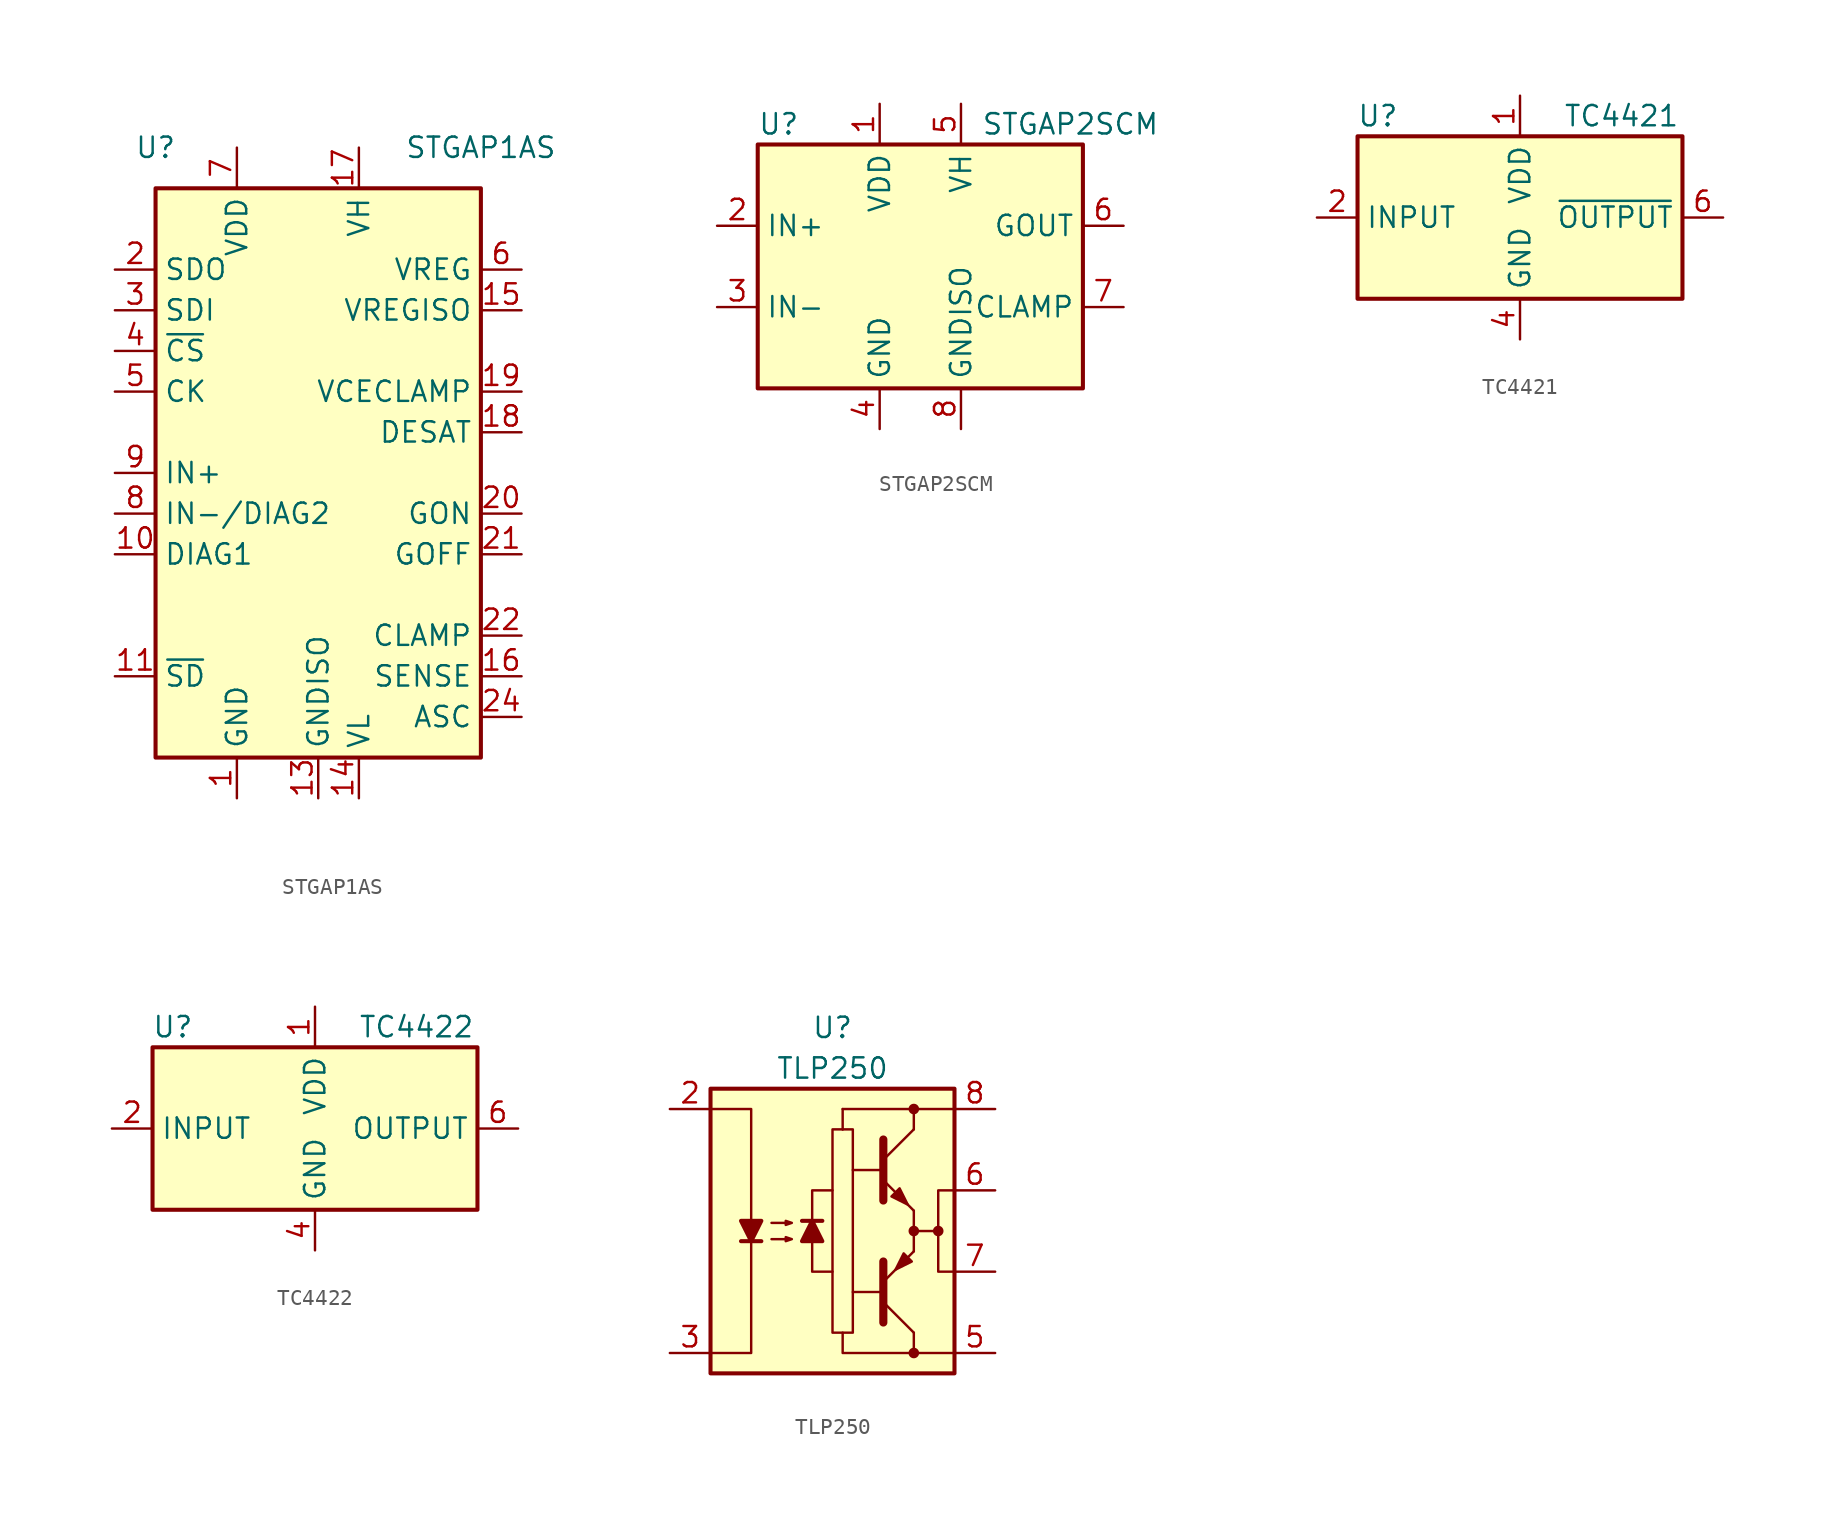
<source format=kicad_sym>
(kicad_symbol_lib
  (version 20241209)
  (generator "kicad_symbol_editor")
  (generator_version "9.0")
  (symbol "STGAP1AS"
    (property "Reference" "U"
      (at -10.16 20.32 0)
      (effects (font (size 1.27 1.27))))
    (property "Value" "STGAP1AS"
      (at 10.16 20.32 0)
      (effects (font (size 1.27 1.27))))
    (symbol "STGAP1AS_0_1"
      (rectangle (start -10.16 -17.78) (end 10.16 17.78) (stroke (width 0.254) (type default)) (fill (type background))))
    (symbol "STGAP1AS_1_1"
      (pin output line (at -12.7 12.7 0) (length 2.54) (name "SDO" (effects (font (size 1.27 1.27)))) (number "2" (effects (font (size 1.27 1.27)))))
      (pin input line (at -12.7 10.16 0) (length 2.54) (name "SDI" (effects (font (size 1.27 1.27)))) (number "3" (effects (font (size 1.27 1.27)))))
      (pin input line (at -12.7 7.62 0) (length 2.54) (name "~{CS}" (effects (font (size 1.27 1.27)))) (number "4" (effects (font (size 1.27 1.27)))))
      (pin input line (at -12.7 5.08 0) (length 2.54) (name "CK" (effects (font (size 1.27 1.27)))) (number "5" (effects (font (size 1.27 1.27)))))
      (pin input line (at -12.7 0 0) (length 2.54) (name "IN+" (effects (font (size 1.27 1.27)))) (number "9" (effects (font (size 1.27 1.27)))))
      (pin bidirectional line (at -12.7 -2.54 0) (length 2.54) (name "IN-/DIAG2" (effects (font (size 1.27 1.27)))) (number "8" (effects (font (size 1.27 1.27)))))
      (pin open_collector line (at -12.7 -5.08 0) (length 2.54) (name "DIAG1" (effects (font (size 1.27 1.27)))) (number "10" (effects (font (size 1.27 1.27)))))
      (pin input line (at -12.7 -12.7 0) (length 2.54) (name "~{SD}" (effects (font (size 1.27 1.27)))) (number "11" (effects (font (size 1.27 1.27)))))
      (pin power_in line (at -5.08 20.32 270) (length 2.54) (name "VDD" (effects (font (size 1.27 1.27)))) (number "7" (effects (font (size 1.27 1.27)))))
      (pin power_in line (at -5.08 -20.32 90) (length 2.54) (name "GND" (effects (font (size 1.27 1.27)))) (number "1" (effects (font (size 1.27 1.27)))))
      (pin passive line (at -5.08 -20.32 90) (length 2.54) (hide yes) (name "GND" (effects (font (size 1.27 1.27)))) (number "12" (effects (font (size 1.27 1.27)))))
      (pin power_in line (at 0 -20.32 90) (length 2.54) (name "GNDISO" (effects (font (size 1.27 1.27)))) (number "13" (effects (font (size 1.27 1.27)))))
      (pin power_in line (at 2.54 20.32 270) (length 2.54) (name "VH" (effects (font (size 1.27 1.27)))) (number "17" (effects (font (size 1.27 1.27)))))
      (pin power_in line (at 2.54 -20.32 90) (length 2.54) (name "VL" (effects (font (size 1.27 1.27)))) (number "14" (effects (font (size 1.27 1.27)))))
      (pin passive line (at 2.54 -20.32 90) (length 2.54) (hide yes) (name "VL" (effects (font (size 1.27 1.27)))) (number "23" (effects (font (size 1.27 1.27)))))
      (pin power_out line (at 12.7 12.7 180) (length 2.54) (name "VREG" (effects (font (size 1.27 1.27)))) (number "6" (effects (font (size 1.27 1.27)))))
      (pin power_out line (at 12.7 10.16 180) (length 2.54) (name "VREGISO" (effects (font (size 1.27 1.27)))) (number "15" (effects (font (size 1.27 1.27)))))
      (pin input line (at 12.7 5.08 180) (length 2.54) (name "VCECLAMP" (effects (font (size 1.27 1.27)))) (number "19" (effects (font (size 1.27 1.27)))))
      (pin passive line (at 12.7 2.54 180) (length 2.54) (name "DESAT" (effects (font (size 1.27 1.27)))) (number "18" (effects (font (size 1.27 1.27)))))
      (pin output line (at 12.7 -2.54 180) (length 2.54) (name "GON" (effects (font (size 1.27 1.27)))) (number "20" (effects (font (size 1.27 1.27)))))
      (pin output line (at 12.7 -5.08 180) (length 2.54) (name "GOFF" (effects (font (size 1.27 1.27)))) (number "21" (effects (font (size 1.27 1.27)))))
      (pin output line (at 12.7 -10.16 180) (length 2.54) (name "CLAMP" (effects (font (size 1.27 1.27)))) (number "22" (effects (font (size 1.27 1.27)))))
      (pin input line (at 12.7 -12.7 180) (length 2.54) (name "SENSE" (effects (font (size 1.27 1.27)))) (number "16" (effects (font (size 1.27 1.27)))))
      (pin input line (at 12.7 -15.24 180) (length 2.54) (name "ASC" (effects (font (size 1.27 1.27)))) (number "24" (effects (font (size 1.27 1.27)))))))
  (symbol "STGAP2SCM"
    (property "Reference" "U"
      (at -10.16 8.89 0)
      (effects (font (size 1.27 1.27)) (justify left)))
    (property "Value" "STGAP2SCM"
      (at 3.81 8.89 0)
      (effects (font (size 1.27 1.27)) (justify left)))
    (symbol "STGAP2SCM_0_1"
      (rectangle (start -10.16 -7.62) (end 10.16 7.62) (stroke (width 0.254) (type default)) (fill (type background))))
    (symbol "STGAP2SCM_1_1"
      (pin input line (at -12.7 2.54 0) (length 2.54) (name "IN+" (effects (font (size 1.27 1.27)))) (number "2" (effects (font (size 1.27 1.27)))))
      (pin input line (at -12.7 -2.54 0) (length 2.54) (name "IN-" (effects (font (size 1.27 1.27)))) (number "3" (effects (font (size 1.27 1.27)))))
      (pin power_in line (at -2.54 10.16 270) (length 2.54) (name "VDD" (effects (font (size 1.27 1.27)))) (number "1" (effects (font (size 1.27 1.27)))))
      (pin power_in line (at -2.54 -10.16 90) (length 2.54) (name "GND" (effects (font (size 1.27 1.27)))) (number "4" (effects (font (size 1.27 1.27)))))
      (pin power_in line (at 2.54 10.16 270) (length 2.54) (name "VH" (effects (font (size 1.27 1.27)))) (number "5" (effects (font (size 1.27 1.27)))))
      (pin power_in line (at 2.54 -10.16 90) (length 2.54) (name "GNDISO" (effects (font (size 1.27 1.27)))) (number "8" (effects (font (size 1.27 1.27)))))
      (pin output line (at 12.7 2.54 180) (length 2.54) (name "GOUT" (effects (font (size 1.27 1.27)))) (number "6" (effects (font (size 1.27 1.27)))))
      (pin output line (at 12.7 -2.54 180) (length 2.54) (name "CLAMP" (effects (font (size 1.27 1.27)))) (number "7" (effects (font (size 1.27 1.27)))))))
  (symbol "TC4421"
    (property "Reference" "U"
      (at -8.89 6.35 0)
      (effects (font (size 1.27 1.27))))
    (property "Value" "TC4421"
      (at 6.35 6.35 0)
      (effects (font (size 1.27 1.27))))
    (symbol "TC4421_0_1"
      (rectangle (start -10.16 5.08) (end 10.16 -5.08) (stroke (width 0.254) (type default)) (fill (type background))))
    (symbol "TC4421_1_1"
      (pin input line (at -12.7 0 0) (length 2.54) (name "INPUT" (effects (font (size 1.27 1.27)))) (number "2" (effects (font (size 1.27 1.27)))))
      (pin no_connect line (at -5.08 -5.08 90) (length 2.54) (hide yes) (name "NC" (effects (font (size 1.27 1.27)))) (number "3" (effects (font (size 1.27 1.27)))))
      (pin power_in line (at 0 7.62 270) (length 2.54) (name "VDD" (effects (font (size 1.27 1.27)))) (number "1" (effects (font (size 1.27 1.27)))))
      (pin passive line (at 0 7.62 270) (length 2.54) (hide yes) (name "VDD" (effects (font (size 1.27 1.27)))) (number "8" (effects (font (size 1.27 1.27)))))
      (pin power_in line (at 0 -7.62 90) (length 2.54) (name "GND" (effects (font (size 1.27 1.27)))) (number "4" (effects (font (size 1.27 1.27)))))
      (pin passive line (at 0 -7.62 90) (length 2.54) (hide yes) (name "GND" (effects (font (size 1.27 1.27)))) (number "5" (effects (font (size 1.27 1.27)))))
      (pin output line (at 12.7 0 180) (length 2.54) (name "~{OUTPUT}" (effects (font (size 1.27 1.27)))) (number "6" (effects (font (size 1.27 1.27)))))
      (pin passive line (at 12.7 0 180) (length 2.54) (hide yes) (name "~{OUTPUT}" (effects (font (size 1.27 1.27)))) (number "7" (effects (font (size 1.27 1.27)))))))
  (symbol "TC4422"
    (property "Reference" "U"
      (at -8.89 6.35 0)
      (effects (font (size 1.27 1.27))))
    (property "Value" "TC4422"
      (at 6.35 6.35 0)
      (effects (font (size 1.27 1.27))))
    (symbol "TC4422_0_1"
      (rectangle (start -10.16 5.08) (end 10.16 -5.08) (stroke (width 0.254) (type default)) (fill (type background))))
    (symbol "TC4422_1_1"
      (pin input line (at -12.7 0 0) (length 2.54) (name "INPUT" (effects (font (size 1.27 1.27)))) (number "2" (effects (font (size 1.27 1.27)))))
      (pin no_connect line (at -5.08 -5.08 90) (length 2.54) (hide yes) (name "NC" (effects (font (size 1.27 1.27)))) (number "3" (effects (font (size 1.27 1.27)))))
      (pin power_in line (at 0 7.62 270) (length 2.54) (name "VDD" (effects (font (size 1.27 1.27)))) (number "1" (effects (font (size 1.27 1.27)))))
      (pin passive line (at 0 7.62 270) (length 2.54) (hide yes) (name "VDD" (effects (font (size 1.27 1.27)))) (number "8" (effects (font (size 1.27 1.27)))))
      (pin power_in line (at 0 -7.62 90) (length 2.54) (name "GND" (effects (font (size 1.27 1.27)))) (number "4" (effects (font (size 1.27 1.27)))))
      (pin passive line (at 0 -7.62 90) (length 2.54) (hide yes) (name "GND" (effects (font (size 1.27 1.27)))) (number "5" (effects (font (size 1.27 1.27)))))
      (pin output line (at 12.7 0 180) (length 2.54) (name "OUTPUT" (effects (font (size 1.27 1.27)))) (number "6" (effects (font (size 1.27 1.27)))))
      (pin passive line (at 12.7 0 180) (length 2.54) (hide yes) (name "OUTPUT" (effects (font (size 1.27 1.27)))) (number "7" (effects (font (size 1.27 1.27)))))))
  (symbol "TLP250"
    (pin_names
      (hide yes))
    (property "Reference" "U"
      (at 0 12.7 0)
      (effects (font (size 1.27 1.27))))
    (property "Value" "TLP250"
      (at 0 10.16 0)
      (effects (font (size 1.27 1.27))))
    (symbol "TLP250_0_1"
      (rectangle (start -7.62 8.89) (end 7.62 -8.89) (stroke (width 0.254) (type default)) (fill (type background)))
      (polyline (pts (xy -7.62 7.62) (xy -5.08 7.62) (xy -5.08 -7.62) (xy -7.62 -7.62)) (stroke (width 0) (type default)) (fill (type none)))
      (polyline (pts (xy -5.715 -0.635) (xy -4.445 -0.635)) (stroke (width 0.254) (type default)) (fill (type none)))
      (polyline (pts (xy -5.08 -0.635) (xy -5.715 0.635) (xy -4.445 0.635) (xy -5.08 -0.635)) (stroke (width 0.254) (type default)) (fill (type outline)))
      (polyline (pts (xy -3.81 0.508) (xy -2.54 0.508) (xy -2.921 0.381) (xy -2.921 0.635) (xy -2.54 0.508)) (stroke (width 0) (type default)) (fill (type none)))
      (polyline (pts (xy -3.81 -0.508) (xy -2.54 -0.508) (xy -2.921 -0.635) (xy -2.921 -0.381) (xy -2.54 -0.508)) (stroke (width 0) (type default)) (fill (type none)))
      (polyline (pts (xy -1.27 0.635) (xy -1.27 2.54) (xy 0 2.54)) (stroke (width 0) (type default)) (fill (type none)))
      (polyline (pts (xy -1.27 0.635) (xy -0.635 -0.635) (xy -1.905 -0.635) (xy -1.27 0.635)) (stroke (width 0.254) (type default)) (fill (type outline)))
      (polyline (pts (xy -1.27 -0.635) (xy -1.27 -2.54) (xy 0 -2.54)) (stroke (width 0) (type default)) (fill (type none)))
      (polyline (pts (xy -0.635 0.635) (xy -1.905 0.635)) (stroke (width 0.254) (type default)) (fill (type none)))
      (rectangle (start 0.635 6.35) (end 0.635 7.62) (stroke (width 0) (type default)) (fill (type none)))
      (rectangle (start 0.635 6.35) (end 0.635 6.35) (stroke (width 0) (type default)) (fill (type none)))
      (polyline (pts (xy 0.635 -6.35) (xy 0.635 -7.62) (xy 7.62 -7.62)) (stroke (width 0) (type default)) (fill (type none)))
      (polyline (pts (xy 1.27 6.35) (xy 1.27 -6.35) (xy 0 -6.35) (xy 0 6.35) (xy 1.27 6.35)) (stroke (width 0) (type default)) (fill (type none)))
      (polyline (pts (xy 3.048 3.81) (xy 1.27 3.81)) (stroke (width 0) (type default)) (fill (type none)))
      (polyline (pts (xy 3.048 -3.81) (xy 1.27 -3.81)) (stroke (width 0) (type default)) (fill (type none)))
      (polyline (pts (xy 3.175 5.715) (xy 3.175 1.905) (xy 3.175 1.905)) (stroke (width 0.508) (type default)) (fill (type none)))
      (polyline (pts (xy 3.175 4.445) (xy 5.08 6.35)) (stroke (width 0) (type default)) (fill (type none)))
      (polyline (pts (xy 3.175 -4.445) (xy 5.08 -6.35)) (stroke (width 0) (type default)) (fill (type none)))
      (polyline (pts (xy 3.175 -5.715) (xy 3.175 -1.905) (xy 3.175 -1.905)) (stroke (width 0.508) (type default)) (fill (type none)))
      (polyline (pts (xy 3.683 2.159) (xy 4.191 2.667) (xy 4.699 1.651) (xy 3.683 2.159) (xy 3.683 2.159)) (stroke (width 0) (type default)) (fill (type outline)))
      (polyline (pts (xy 4.953 -1.905) (xy 4.445 -1.397) (xy 3.937 -2.413) (xy 4.953 -1.905) (xy 4.953 -1.905)) (stroke (width 0) (type default)) (fill (type outline)))
      (circle (center 5.08 7.62) (radius 0.254) (stroke (width 0) (type default)) (fill (type outline)))
      (polyline (pts (xy 5.08 6.35) (xy 5.08 7.62)) (stroke (width 0) (type default)) (fill (type none)))
      (polyline (pts (xy 5.08 1.27) (xy 3.175 3.175)) (stroke (width 0) (type default)) (fill (type outline)))
      (rectangle (start 5.08 1.27) (end 5.08 -1.27) (stroke (width 0) (type default)) (fill (type none)))
      (polyline (pts (xy 5.08 0) (xy 6.604 0)) (stroke (width 0) (type default)) (fill (type none)))
      (circle (center 5.08 0) (radius 0.254) (stroke (width 0) (type default)) (fill (type outline)))
      (polyline (pts (xy 5.08 -1.27) (xy 3.175 -3.175)) (stroke (width 0) (type default)) (fill (type outline)))
      (polyline (pts (xy 5.08 -6.35) (xy 5.08 -7.62)) (stroke (width 0) (type default)) (fill (type none)))
      (circle (center 5.08 -7.62) (radius 0.254) (stroke (width 0) (type default)) (fill (type outline)))
      (circle (center 6.604 0) (radius 0.254) (stroke (width 0) (type default)) (fill (type outline)))
      (polyline (pts (xy 7.62 7.62) (xy 0.635 7.62)) (stroke (width 0) (type default)) (fill (type none)))
      (polyline (pts (xy 7.62 2.54) (xy 6.604 2.54) (xy 6.604 -2.54) (xy 7.62 -2.54)) (stroke (width 0) (type default)) (fill (type none))))
    (symbol "TLP250_1_1"
      (pin passive line (at -10.16 7.62 0) (length 2.54) (name "A" (effects (font (size 1.27 1.27)))) (number "2" (effects (font (size 1.27 1.27)))))
      (pin passive line (at -10.16 -7.62 0) (length 2.54) (name "C" (effects (font (size 1.27 1.27)))) (number "3" (effects (font (size 1.27 1.27)))))
      (pin no_connect line (at -7.62 2.54 0) (length 2.54) (hide yes) (name "NC" (effects (font (size 1.27 1.27)))) (number "1" (effects (font (size 1.27 1.27)))))
      (pin no_connect line (at -7.62 -2.54 0) (length 2.54) (hide yes) (name "NC" (effects (font (size 1.27 1.27)))) (number "4" (effects (font (size 1.27 1.27)))))
      (pin power_in line (at 10.16 7.62 180) (length 2.54) (name "VCC" (effects (font (size 1.27 1.27)))) (number "8" (effects (font (size 1.27 1.27)))))
      (pin output line (at 10.16 2.54 180) (length 2.54) (name "VO" (effects (font (size 1.27 1.27)))) (number "6" (effects (font (size 1.27 1.27)))))
      (pin output line (at 10.16 -2.54 180) (length 2.54) (name "VO" (effects (font (size 1.27 1.27)))) (number "7" (effects (font (size 1.27 1.27)))))
      (pin power_in line (at 10.16 -7.62 180) (length 2.54) (name "VEE" (effects (font (size 1.27 1.27)))) (number "5" (effects (font (size 1.27 1.27))))))))
</source>
